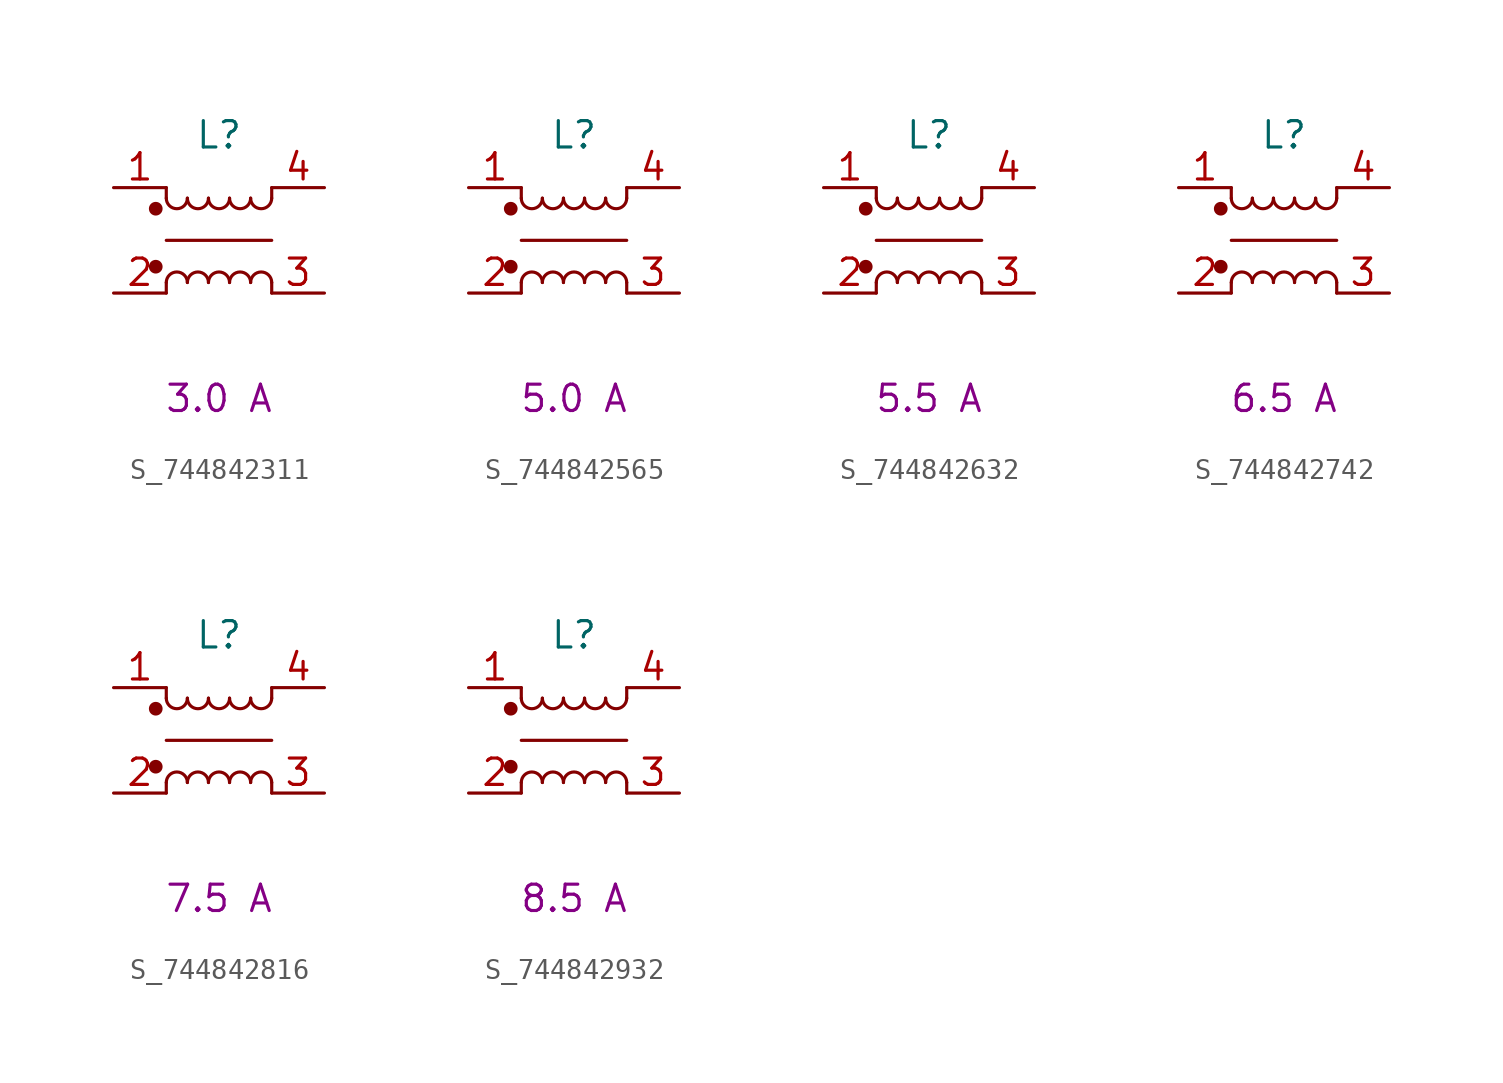
<source format=kicad_sym>
(kicad_symbol_lib
  (version 20220914)
  (generator kicad_symbol_editor)
  (symbol "S_744842311"
    (pin_names hide)
    (property "Reference" "L"
      (at 0 5.08 0)
      (effects (font (size 1.27 1.27))))
    (property "Critical Parameter" "3.0 A"
      (at 0 -7.62 0)
      (effects (font (size 1.27 1.27))))
    (symbol "S_744842311_0_1"
      (circle (center -3.048 -1.27) (radius 0.254) (stroke (width 0) (type default)) (fill (type outline)))
      (circle (center -3.048 1.524) (radius 0.254) (stroke (width 0) (type default)) (fill (type outline)))
      (arc (start -2.54 2.032) (mid -2.032 1.5262) (end -1.524 2.032) (stroke (width 0) (type default)) (fill (type none)))
      (arc (start -1.524 -2.032) (mid -2.032 -1.5262) (end -2.54 -2.032) (stroke (width 0) (type default)) (fill (type none)))
      (arc (start -1.524 2.032) (mid -1.016 1.5262) (end -0.508 2.032) (stroke (width 0) (type default)) (fill (type none)))
      (arc (start -0.508 -2.032) (mid -1.016 -1.5262) (end -1.524 -2.032) (stroke (width 0) (type default)) (fill (type none)))
      (arc (start -0.508 2.032) (mid 0 1.5262) (end 0.508 2.032) (stroke (width 0) (type default)) (fill (type none)))
      (polyline (pts (xy -2.54 -2.032) (xy -2.54 -2.54)) (stroke (width 0) (type default)) (fill (type none)))
      (polyline (pts (xy -2.54 2.032) (xy -2.54 2.54)) (stroke (width 0) (type default)) (fill (type none)))
      (polyline (pts (xy 2.54 -2.032) (xy 2.54 -2.54)) (stroke (width 0) (type default)) (fill (type none)))
      (polyline (pts (xy 2.54 0) (xy -2.54 0)) (stroke (width 0) (type default)) (fill (type none)))
      (polyline (pts (xy 2.54 2.54) (xy 2.54 2.032)) (stroke (width 0) (type default)) (fill (type none)))
      (arc (start 0.508 -2.032) (mid 0 -1.5262) (end -0.508 -2.032) (stroke (width 0) (type default)) (fill (type none)))
      (arc (start 0.508 2.032) (mid 1.016 1.5262) (end 1.524 2.032) (stroke (width 0) (type default)) (fill (type none)))
      (arc (start 1.524 -2.032) (mid 1.016 -1.5262) (end 0.508 -2.032) (stroke (width 0) (type default)) (fill (type none)))
      (arc (start 1.524 2.032) (mid 2.032 1.5262) (end 2.54 2.032) (stroke (width 0) (type default)) (fill (type none)))
      (arc (start 2.54 -2.032) (mid 2.032 -1.5262) (end 1.524 -2.032) (stroke (width 0) (type default)) (fill (type none))))
    (symbol "S_744842311_1_1"
      (pin passive line (at -5.08 2.54 0) (length 2.54) (name "1" (effects (font (size 1.27 1.27)))) (number "1" (effects (font (size 1.27 1.27)))))
      (pin passive line (at -5.08 -2.54 0) (length 2.54) (name "2" (effects (font (size 1.27 1.27)))) (number "2" (effects (font (size 1.27 1.27)))))
      (pin passive line (at 5.08 -2.54 180) (length 2.54) (name "3" (effects (font (size 1.27 1.27)))) (number "3" (effects (font (size 1.27 1.27)))))
      (pin passive line (at 5.08 2.54 180) (length 2.54) (name "4" (effects (font (size 1.27 1.27)))) (number "4" (effects (font (size 1.27 1.27)))))))
  (symbol "S_744842565"
    (pin_names hide)
    (property "Reference" "L"
      (at 0 5.08 0)
      (effects (font (size 1.27 1.27))))
    (property "Critical Parameter" "5.0 A"
      (at 0 -7.62 0)
      (effects (font (size 1.27 1.27))))
    (symbol "S_744842565_0_1"
      (circle (center -3.048 -1.27) (radius 0.254) (stroke (width 0) (type default)) (fill (type outline)))
      (circle (center -3.048 1.524) (radius 0.254) (stroke (width 0) (type default)) (fill (type outline)))
      (arc (start -2.54 2.032) (mid -2.032 1.5262) (end -1.524 2.032) (stroke (width 0) (type default)) (fill (type none)))
      (arc (start -1.524 -2.032) (mid -2.032 -1.5262) (end -2.54 -2.032) (stroke (width 0) (type default)) (fill (type none)))
      (arc (start -1.524 2.032) (mid -1.016 1.5262) (end -0.508 2.032) (stroke (width 0) (type default)) (fill (type none)))
      (arc (start -0.508 -2.032) (mid -1.016 -1.5262) (end -1.524 -2.032) (stroke (width 0) (type default)) (fill (type none)))
      (arc (start -0.508 2.032) (mid 0 1.5262) (end 0.508 2.032) (stroke (width 0) (type default)) (fill (type none)))
      (polyline (pts (xy -2.54 -2.032) (xy -2.54 -2.54)) (stroke (width 0) (type default)) (fill (type none)))
      (polyline (pts (xy -2.54 2.032) (xy -2.54 2.54)) (stroke (width 0) (type default)) (fill (type none)))
      (polyline (pts (xy 2.54 -2.032) (xy 2.54 -2.54)) (stroke (width 0) (type default)) (fill (type none)))
      (polyline (pts (xy 2.54 0) (xy -2.54 0)) (stroke (width 0) (type default)) (fill (type none)))
      (polyline (pts (xy 2.54 2.54) (xy 2.54 2.032)) (stroke (width 0) (type default)) (fill (type none)))
      (arc (start 0.508 -2.032) (mid 0 -1.5262) (end -0.508 -2.032) (stroke (width 0) (type default)) (fill (type none)))
      (arc (start 0.508 2.032) (mid 1.016 1.5262) (end 1.524 2.032) (stroke (width 0) (type default)) (fill (type none)))
      (arc (start 1.524 -2.032) (mid 1.016 -1.5262) (end 0.508 -2.032) (stroke (width 0) (type default)) (fill (type none)))
      (arc (start 1.524 2.032) (mid 2.032 1.5262) (end 2.54 2.032) (stroke (width 0) (type default)) (fill (type none)))
      (arc (start 2.54 -2.032) (mid 2.032 -1.5262) (end 1.524 -2.032) (stroke (width 0) (type default)) (fill (type none))))
    (symbol "S_744842565_1_1"
      (pin passive line (at -5.08 2.54 0) (length 2.54) (name "1" (effects (font (size 1.27 1.27)))) (number "1" (effects (font (size 1.27 1.27)))))
      (pin passive line (at -5.08 -2.54 0) (length 2.54) (name "2" (effects (font (size 1.27 1.27)))) (number "2" (effects (font (size 1.27 1.27)))))
      (pin passive line (at 5.08 -2.54 180) (length 2.54) (name "3" (effects (font (size 1.27 1.27)))) (number "3" (effects (font (size 1.27 1.27)))))
      (pin passive line (at 5.08 2.54 180) (length 2.54) (name "4" (effects (font (size 1.27 1.27)))) (number "4" (effects (font (size 1.27 1.27)))))))
  (symbol "S_744842632"
    (pin_names hide)
    (property "Reference" "L"
      (at 0 5.08 0)
      (effects (font (size 1.27 1.27))))
    (property "Critical Parameter" "5.5 A"
      (at 0 -7.62 0)
      (effects (font (size 1.27 1.27))))
    (symbol "S_744842632_0_1"
      (circle (center -3.048 -1.27) (radius 0.254) (stroke (width 0) (type default)) (fill (type outline)))
      (circle (center -3.048 1.524) (radius 0.254) (stroke (width 0) (type default)) (fill (type outline)))
      (arc (start -2.54 2.032) (mid -2.032 1.5262) (end -1.524 2.032) (stroke (width 0) (type default)) (fill (type none)))
      (arc (start -1.524 -2.032) (mid -2.032 -1.5262) (end -2.54 -2.032) (stroke (width 0) (type default)) (fill (type none)))
      (arc (start -1.524 2.032) (mid -1.016 1.5262) (end -0.508 2.032) (stroke (width 0) (type default)) (fill (type none)))
      (arc (start -0.508 -2.032) (mid -1.016 -1.5262) (end -1.524 -2.032) (stroke (width 0) (type default)) (fill (type none)))
      (arc (start -0.508 2.032) (mid 0 1.5262) (end 0.508 2.032) (stroke (width 0) (type default)) (fill (type none)))
      (polyline (pts (xy -2.54 -2.032) (xy -2.54 -2.54)) (stroke (width 0) (type default)) (fill (type none)))
      (polyline (pts (xy -2.54 2.032) (xy -2.54 2.54)) (stroke (width 0) (type default)) (fill (type none)))
      (polyline (pts (xy 2.54 -2.032) (xy 2.54 -2.54)) (stroke (width 0) (type default)) (fill (type none)))
      (polyline (pts (xy 2.54 0) (xy -2.54 0)) (stroke (width 0) (type default)) (fill (type none)))
      (polyline (pts (xy 2.54 2.54) (xy 2.54 2.032)) (stroke (width 0) (type default)) (fill (type none)))
      (arc (start 0.508 -2.032) (mid 0 -1.5262) (end -0.508 -2.032) (stroke (width 0) (type default)) (fill (type none)))
      (arc (start 0.508 2.032) (mid 1.016 1.5262) (end 1.524 2.032) (stroke (width 0) (type default)) (fill (type none)))
      (arc (start 1.524 -2.032) (mid 1.016 -1.5262) (end 0.508 -2.032) (stroke (width 0) (type default)) (fill (type none)))
      (arc (start 1.524 2.032) (mid 2.032 1.5262) (end 2.54 2.032) (stroke (width 0) (type default)) (fill (type none)))
      (arc (start 2.54 -2.032) (mid 2.032 -1.5262) (end 1.524 -2.032) (stroke (width 0) (type default)) (fill (type none))))
    (symbol "S_744842632_1_1"
      (pin passive line (at -5.08 2.54 0) (length 2.54) (name "1" (effects (font (size 1.27 1.27)))) (number "1" (effects (font (size 1.27 1.27)))))
      (pin passive line (at -5.08 -2.54 0) (length 2.54) (name "2" (effects (font (size 1.27 1.27)))) (number "2" (effects (font (size 1.27 1.27)))))
      (pin passive line (at 5.08 -2.54 180) (length 2.54) (name "3" (effects (font (size 1.27 1.27)))) (number "3" (effects (font (size 1.27 1.27)))))
      (pin passive line (at 5.08 2.54 180) (length 2.54) (name "4" (effects (font (size 1.27 1.27)))) (number "4" (effects (font (size 1.27 1.27)))))))
  (symbol "S_744842742"
    (pin_names hide)
    (property "Reference" "L"
      (at 0 5.08 0)
      (effects (font (size 1.27 1.27))))
    (property "Critical Parameter" "6.5 A"
      (at 0 -7.62 0)
      (effects (font (size 1.27 1.27))))
    (symbol "S_744842742_0_1"
      (circle (center -3.048 -1.27) (radius 0.254) (stroke (width 0) (type default)) (fill (type outline)))
      (circle (center -3.048 1.524) (radius 0.254) (stroke (width 0) (type default)) (fill (type outline)))
      (arc (start -2.54 2.032) (mid -2.032 1.5262) (end -1.524 2.032) (stroke (width 0) (type default)) (fill (type none)))
      (arc (start -1.524 -2.032) (mid -2.032 -1.5262) (end -2.54 -2.032) (stroke (width 0) (type default)) (fill (type none)))
      (arc (start -1.524 2.032) (mid -1.016 1.5262) (end -0.508 2.032) (stroke (width 0) (type default)) (fill (type none)))
      (arc (start -0.508 -2.032) (mid -1.016 -1.5262) (end -1.524 -2.032) (stroke (width 0) (type default)) (fill (type none)))
      (arc (start -0.508 2.032) (mid 0 1.5262) (end 0.508 2.032) (stroke (width 0) (type default)) (fill (type none)))
      (polyline (pts (xy -2.54 -2.032) (xy -2.54 -2.54)) (stroke (width 0) (type default)) (fill (type none)))
      (polyline (pts (xy -2.54 2.032) (xy -2.54 2.54)) (stroke (width 0) (type default)) (fill (type none)))
      (polyline (pts (xy 2.54 -2.032) (xy 2.54 -2.54)) (stroke (width 0) (type default)) (fill (type none)))
      (polyline (pts (xy 2.54 0) (xy -2.54 0)) (stroke (width 0) (type default)) (fill (type none)))
      (polyline (pts (xy 2.54 2.54) (xy 2.54 2.032)) (stroke (width 0) (type default)) (fill (type none)))
      (arc (start 0.508 -2.032) (mid 0 -1.5262) (end -0.508 -2.032) (stroke (width 0) (type default)) (fill (type none)))
      (arc (start 0.508 2.032) (mid 1.016 1.5262) (end 1.524 2.032) (stroke (width 0) (type default)) (fill (type none)))
      (arc (start 1.524 -2.032) (mid 1.016 -1.5262) (end 0.508 -2.032) (stroke (width 0) (type default)) (fill (type none)))
      (arc (start 1.524 2.032) (mid 2.032 1.5262) (end 2.54 2.032) (stroke (width 0) (type default)) (fill (type none)))
      (arc (start 2.54 -2.032) (mid 2.032 -1.5262) (end 1.524 -2.032) (stroke (width 0) (type default)) (fill (type none))))
    (symbol "S_744842742_1_1"
      (pin passive line (at -5.08 2.54 0) (length 2.54) (name "1" (effects (font (size 1.27 1.27)))) (number "1" (effects (font (size 1.27 1.27)))))
      (pin passive line (at -5.08 -2.54 0) (length 2.54) (name "2" (effects (font (size 1.27 1.27)))) (number "2" (effects (font (size 1.27 1.27)))))
      (pin passive line (at 5.08 -2.54 180) (length 2.54) (name "3" (effects (font (size 1.27 1.27)))) (number "3" (effects (font (size 1.27 1.27)))))
      (pin passive line (at 5.08 2.54 180) (length 2.54) (name "4" (effects (font (size 1.27 1.27)))) (number "4" (effects (font (size 1.27 1.27)))))))
  (symbol "S_744842816"
    (pin_names hide)
    (property "Reference" "L"
      (at 0 5.08 0)
      (effects (font (size 1.27 1.27))))
    (property "Critical Parameter" "7.5 A"
      (at 0 -7.62 0)
      (effects (font (size 1.27 1.27))))
    (symbol "S_744842816_0_1"
      (circle (center -3.048 -1.27) (radius 0.254) (stroke (width 0) (type default)) (fill (type outline)))
      (circle (center -3.048 1.524) (radius 0.254) (stroke (width 0) (type default)) (fill (type outline)))
      (arc (start -2.54 2.032) (mid -2.032 1.5262) (end -1.524 2.032) (stroke (width 0) (type default)) (fill (type none)))
      (arc (start -1.524 -2.032) (mid -2.032 -1.5262) (end -2.54 -2.032) (stroke (width 0) (type default)) (fill (type none)))
      (arc (start -1.524 2.032) (mid -1.016 1.5262) (end -0.508 2.032) (stroke (width 0) (type default)) (fill (type none)))
      (arc (start -0.508 -2.032) (mid -1.016 -1.5262) (end -1.524 -2.032) (stroke (width 0) (type default)) (fill (type none)))
      (arc (start -0.508 2.032) (mid 0 1.5262) (end 0.508 2.032) (stroke (width 0) (type default)) (fill (type none)))
      (polyline (pts (xy -2.54 -2.032) (xy -2.54 -2.54)) (stroke (width 0) (type default)) (fill (type none)))
      (polyline (pts (xy -2.54 2.032) (xy -2.54 2.54)) (stroke (width 0) (type default)) (fill (type none)))
      (polyline (pts (xy 2.54 -2.032) (xy 2.54 -2.54)) (stroke (width 0) (type default)) (fill (type none)))
      (polyline (pts (xy 2.54 0) (xy -2.54 0)) (stroke (width 0) (type default)) (fill (type none)))
      (polyline (pts (xy 2.54 2.54) (xy 2.54 2.032)) (stroke (width 0) (type default)) (fill (type none)))
      (arc (start 0.508 -2.032) (mid 0 -1.5262) (end -0.508 -2.032) (stroke (width 0) (type default)) (fill (type none)))
      (arc (start 0.508 2.032) (mid 1.016 1.5262) (end 1.524 2.032) (stroke (width 0) (type default)) (fill (type none)))
      (arc (start 1.524 -2.032) (mid 1.016 -1.5262) (end 0.508 -2.032) (stroke (width 0) (type default)) (fill (type none)))
      (arc (start 1.524 2.032) (mid 2.032 1.5262) (end 2.54 2.032) (stroke (width 0) (type default)) (fill (type none)))
      (arc (start 2.54 -2.032) (mid 2.032 -1.5262) (end 1.524 -2.032) (stroke (width 0) (type default)) (fill (type none))))
    (symbol "S_744842816_1_1"
      (pin passive line (at -5.08 2.54 0) (length 2.54) (name "1" (effects (font (size 1.27 1.27)))) (number "1" (effects (font (size 1.27 1.27)))))
      (pin passive line (at -5.08 -2.54 0) (length 2.54) (name "2" (effects (font (size 1.27 1.27)))) (number "2" (effects (font (size 1.27 1.27)))))
      (pin passive line (at 5.08 -2.54 180) (length 2.54) (name "3" (effects (font (size 1.27 1.27)))) (number "3" (effects (font (size 1.27 1.27)))))
      (pin passive line (at 5.08 2.54 180) (length 2.54) (name "4" (effects (font (size 1.27 1.27)))) (number "4" (effects (font (size 1.27 1.27)))))))
  (symbol "S_744842932"
    (pin_names hide)
    (property "Reference" "L"
      (at 0 5.08 0)
      (effects (font (size 1.27 1.27))))
    (property "Critical Parameter" "8.5 A"
      (at 0 -7.62 0)
      (effects (font (size 1.27 1.27))))
    (symbol "S_744842932_0_1"
      (circle (center -3.048 -1.27) (radius 0.254) (stroke (width 0) (type default)) (fill (type outline)))
      (circle (center -3.048 1.524) (radius 0.254) (stroke (width 0) (type default)) (fill (type outline)))
      (arc (start -2.54 2.032) (mid -2.032 1.5262) (end -1.524 2.032) (stroke (width 0) (type default)) (fill (type none)))
      (arc (start -1.524 -2.032) (mid -2.032 -1.5262) (end -2.54 -2.032) (stroke (width 0) (type default)) (fill (type none)))
      (arc (start -1.524 2.032) (mid -1.016 1.5262) (end -0.508 2.032) (stroke (width 0) (type default)) (fill (type none)))
      (arc (start -0.508 -2.032) (mid -1.016 -1.5262) (end -1.524 -2.032) (stroke (width 0) (type default)) (fill (type none)))
      (arc (start -0.508 2.032) (mid 0 1.5262) (end 0.508 2.032) (stroke (width 0) (type default)) (fill (type none)))
      (polyline (pts (xy -2.54 -2.032) (xy -2.54 -2.54)) (stroke (width 0) (type default)) (fill (type none)))
      (polyline (pts (xy -2.54 2.032) (xy -2.54 2.54)) (stroke (width 0) (type default)) (fill (type none)))
      (polyline (pts (xy 2.54 -2.032) (xy 2.54 -2.54)) (stroke (width 0) (type default)) (fill (type none)))
      (polyline (pts (xy 2.54 0) (xy -2.54 0)) (stroke (width 0) (type default)) (fill (type none)))
      (polyline (pts (xy 2.54 2.54) (xy 2.54 2.032)) (stroke (width 0) (type default)) (fill (type none)))
      (arc (start 0.508 -2.032) (mid 0 -1.5262) (end -0.508 -2.032) (stroke (width 0) (type default)) (fill (type none)))
      (arc (start 0.508 2.032) (mid 1.016 1.5262) (end 1.524 2.032) (stroke (width 0) (type default)) (fill (type none)))
      (arc (start 1.524 -2.032) (mid 1.016 -1.5262) (end 0.508 -2.032) (stroke (width 0) (type default)) (fill (type none)))
      (arc (start 1.524 2.032) (mid 2.032 1.5262) (end 2.54 2.032) (stroke (width 0) (type default)) (fill (type none)))
      (arc (start 2.54 -2.032) (mid 2.032 -1.5262) (end 1.524 -2.032) (stroke (width 0) (type default)) (fill (type none))))
    (symbol "S_744842932_1_1"
      (pin passive line (at -5.08 2.54 0) (length 2.54) (name "1" (effects (font (size 1.27 1.27)))) (number "1" (effects (font (size 1.27 1.27)))))
      (pin passive line (at -5.08 -2.54 0) (length 2.54) (name "2" (effects (font (size 1.27 1.27)))) (number "2" (effects (font (size 1.27 1.27)))))
      (pin passive line (at 5.08 -2.54 180) (length 2.54) (name "3" (effects (font (size 1.27 1.27)))) (number "3" (effects (font (size 1.27 1.27)))))
      (pin passive line (at 5.08 2.54 180) (length 2.54) (name "4" (effects (font (size 1.27 1.27)))) (number "4" (effects (font (size 1.27 1.27))))))))
</source>
